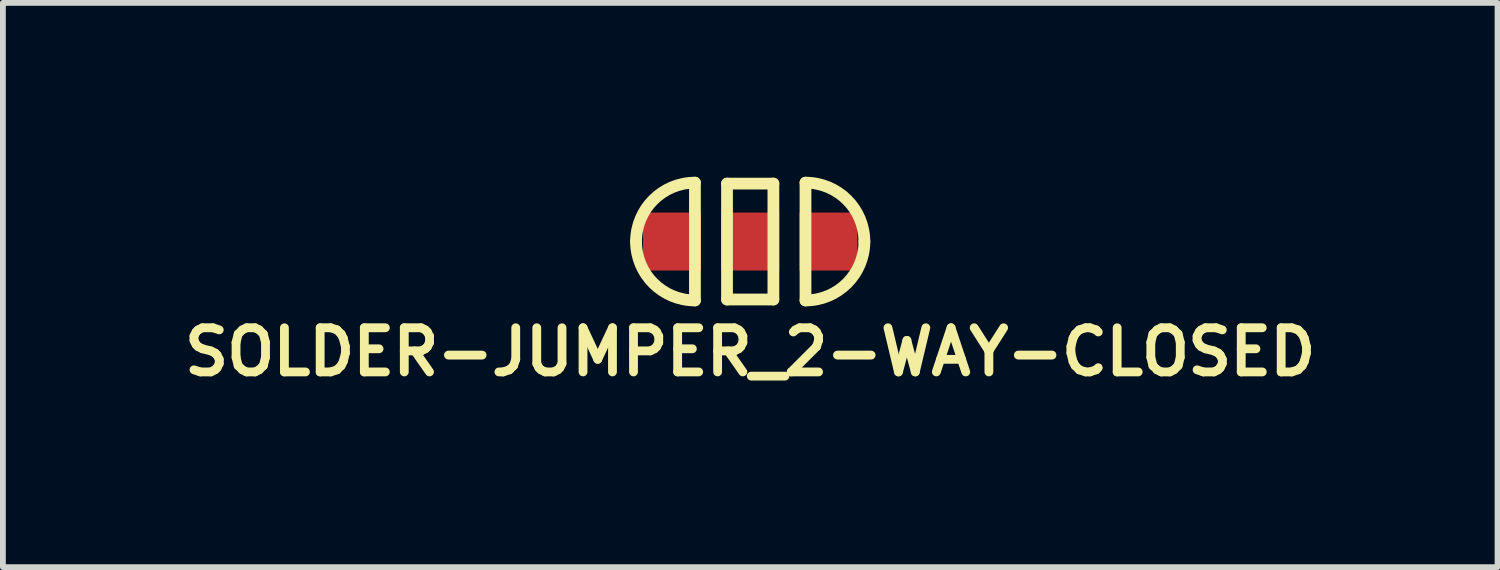
<source format=kicad_pcb>
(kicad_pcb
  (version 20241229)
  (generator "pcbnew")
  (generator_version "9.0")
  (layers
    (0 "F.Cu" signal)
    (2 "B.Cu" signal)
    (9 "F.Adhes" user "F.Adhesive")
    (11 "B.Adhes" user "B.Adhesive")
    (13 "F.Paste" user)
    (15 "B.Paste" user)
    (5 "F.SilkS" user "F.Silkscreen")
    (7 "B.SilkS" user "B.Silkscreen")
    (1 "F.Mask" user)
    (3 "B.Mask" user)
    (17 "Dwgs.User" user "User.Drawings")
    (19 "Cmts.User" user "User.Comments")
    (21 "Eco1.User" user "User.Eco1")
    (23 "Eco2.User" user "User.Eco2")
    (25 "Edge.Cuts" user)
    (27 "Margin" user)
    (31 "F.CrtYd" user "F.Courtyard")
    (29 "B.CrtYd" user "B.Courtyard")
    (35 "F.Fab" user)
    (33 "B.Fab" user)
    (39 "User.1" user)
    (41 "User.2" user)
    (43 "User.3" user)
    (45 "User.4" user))
  (footprint "SOLDER-JUMPER_2-WAY-CLOSED"
    (layer "F.Cu")
    (at 9.895 1.118)
    (property "Reference" "SOLDER-JUMPER_2-WAY-CLOSED" (at 0 1.905 0) (layer "F.SilkS") (effects (font (size 0.762 0.762) (thickness 0.152))))
    (attr through_hole)
    (fp_line (start -0.954 -1.016) (end -0.954 1.016) (stroke (width 0.203) (type solid)) (layer "F.SilkS"))
    (fp_line (start -0.4 -1) (end -0.4 1) (stroke (width 0.203) (type solid)) (layer "F.SilkS"))
    (fp_line (start -0.4 1) (end 0.4 1) (stroke (width 0.203) (type solid)) (layer "F.SilkS"))
    (fp_line (start 0.4 -1) (end -0.4 -1) (stroke (width 0.203) (type solid)) (layer "F.SilkS"))
    (fp_line (start 0.4 1) (end 0.4 -1) (stroke (width 0.203) (type solid)) (layer "F.SilkS"))
    (fp_line (start 0.954 1.016) (end 0.954 -1.016) (stroke (width 0.203) (type solid)) (layer "F.SilkS"))
    (fp_arc (start -1.97 0) (mid -1.67242 -0.71842) (end -0.954 -1.016) (stroke (width 0.2032) (type solid)) (layer "F.SilkS"))
    (fp_arc (start -0.954 1.016) (mid -1.67242 0.71842) (end -1.97 0) (stroke (width 0.2032) (type solid)) (layer "F.SilkS"))
    (fp_arc (start 0.954 -1.016) (mid 1.67242 -0.71842) (end 1.97 0) (stroke (width 0.2032) (type solid)) (layer "F.SilkS"))
    (fp_arc (start 1.97 0) (mid 1.67242 0.71842) (end 0.954 1.016) (stroke (width 0.2032) (type solid)) (layer "F.SilkS"))
    (pad "1" smd rect (at -1.35 0) (size 1 1) (layers "F.Cu" "F.Mask" "F.Paste"))
    (pad "1" smd rect (at 0 0) (size 1 1) (layers "F.Cu" "F.Mask" "F.Paste"))
    (pad "2" smd rect (at 1.35 0) (size 1 1) (layers "F.Cu" "F.Mask" "F.Paste")))
  (gr_rect
    (start -3 -3)
    (end 22.79 6.736)
    (stroke (width 0.1) (type default))
    (fill no)
    (layer "Edge.Cuts")))
</source>
